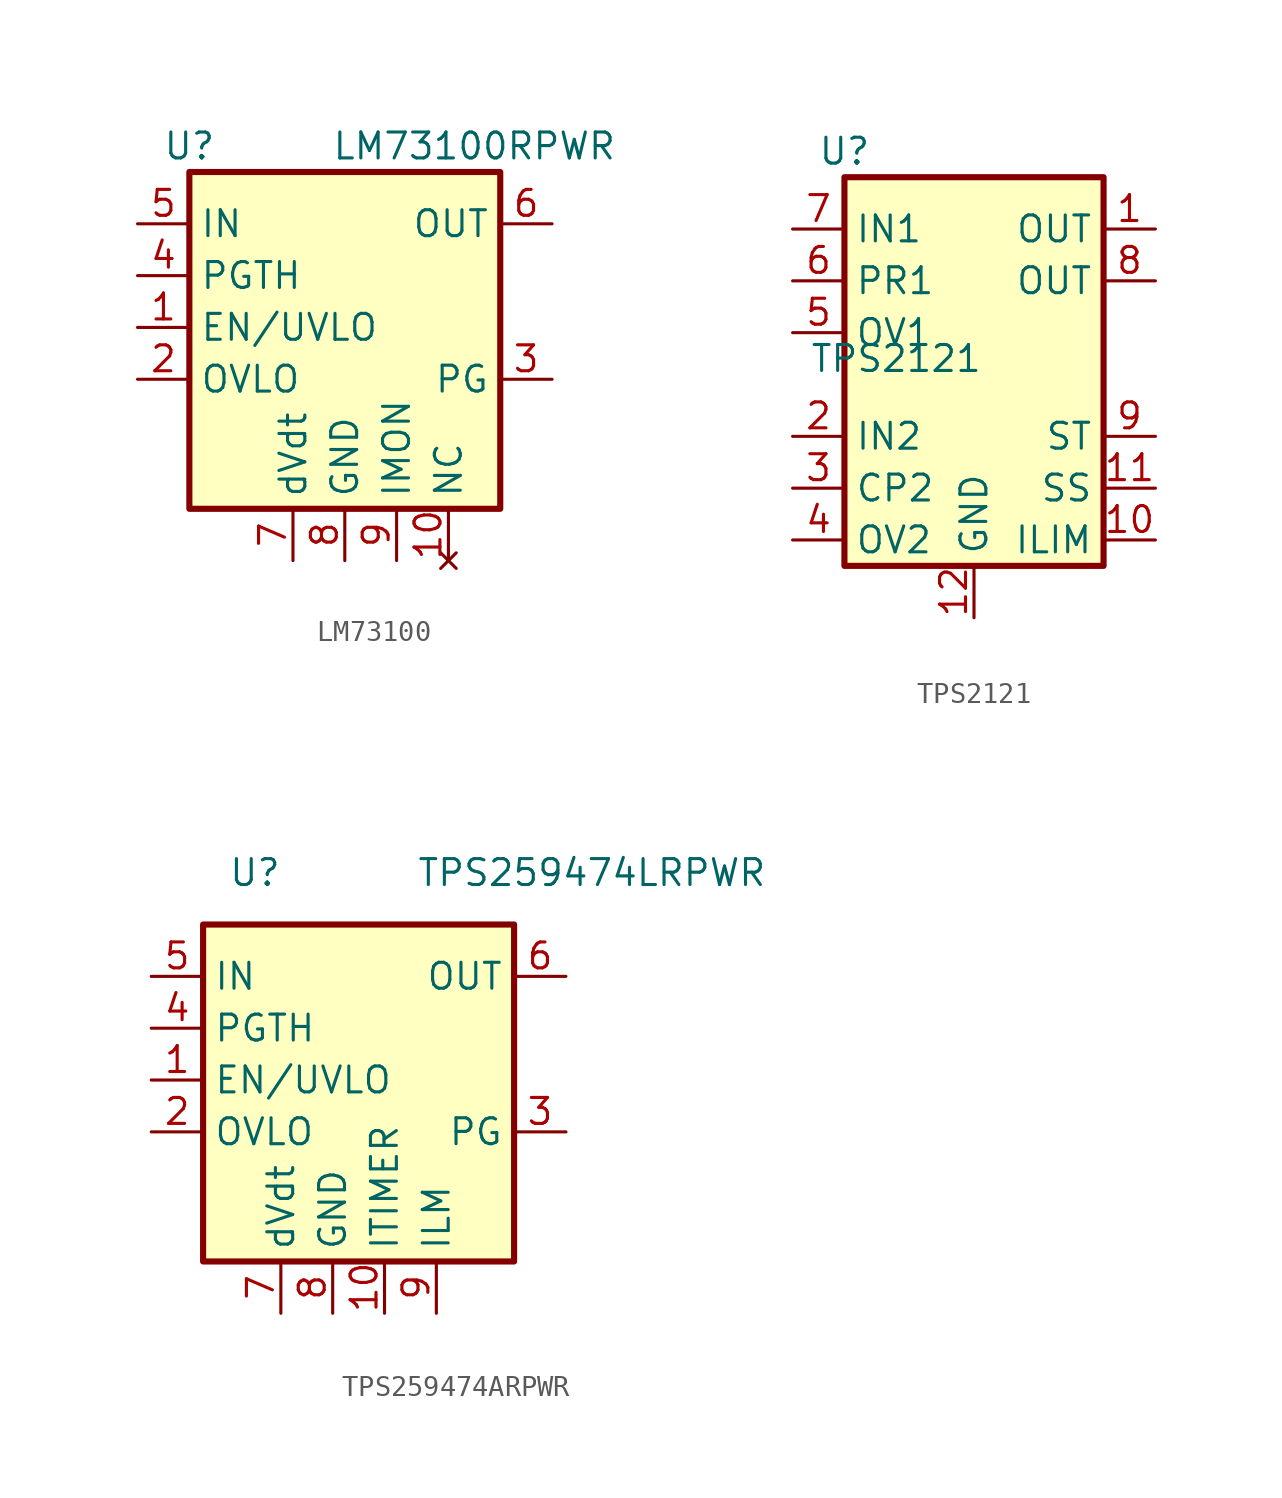
<source format=kicad_sym>
(kicad_symbol_lib
  (version 20220914)
  (generator kicad_symbol_editor)
  (symbol "LM73100"
    (property "Reference" "U"
      (at -7.62 8.89 0)
      (effects (font (size 1.27 1.27))))
    (property "Value" "LM73100RPWR"
      (at 6.35 8.89 0)
      (effects (font (size 1.27 1.27))))
    (symbol "LM73100_1_1"
      (rectangle (start -7.62 7.62) (end 7.62 -8.89) (stroke (width 0.3) (type default)) (fill (type background)))
      (pin input line (at -10.16 0 0) (length 2.54) (name "EN/UVLO" (effects (font (size 1.27 1.27)))) (number "1" (effects (font (size 1.27 1.27)))))
      (pin no_connect line (at 5.08 -11.43 90) (length 2.54) (name "NC" (effects (font (size 1.27 1.27)))) (number "10" (effects (font (size 1.27 1.27)))))
      (pin input line (at -10.16 -2.54 0) (length 2.54) (name "OVLO" (effects (font (size 1.27 1.27)))) (number "2" (effects (font (size 1.27 1.27)))))
      (pin open_collector line (at 10.16 -2.54 180) (length 2.54) (name "PG" (effects (font (size 1.27 1.27)))) (number "3" (effects (font (size 1.27 1.27)))))
      (pin input line (at -10.16 2.54 0) (length 2.54) (name "PGTH" (effects (font (size 1.27 1.27)))) (number "4" (effects (font (size 1.27 1.27)))))
      (pin power_in line (at -10.16 5.08 0) (length 2.54) (name "IN" (effects (font (size 1.27 1.27)))) (number "5" (effects (font (size 1.27 1.27)))))
      (pin power_out line (at 10.16 5.08 180) (length 2.54) (name "OUT" (effects (font (size 1.27 1.27)))) (number "6" (effects (font (size 1.27 1.27)))))
      (pin passive line (at -2.54 -11.43 90) (length 2.54) (name "dVdt" (effects (font (size 1.27 1.27)))) (number "7" (effects (font (size 1.27 1.27)))))
      (pin power_in line (at 0 -11.43 90) (length 2.54) (name "GND" (effects (font (size 1.27 1.27)))) (number "8" (effects (font (size 1.27 1.27)))))
      (pin output line (at 2.54 -11.43 90) (length 2.54) (name "IMON" (effects (font (size 1.27 1.27)))) (number "9" (effects (font (size 1.27 1.27)))))))
  (symbol "TPS2121"
    (property "Reference" "U"
      (at -6.35 11.43 0)
      (effects (font (size 1.27 1.27))))
    (property "Value" "TPS2121"
      (at -3.81 1.27 0)
      (effects (font (size 1.27 1.27))))
    (symbol "TPS2121_1_1"
      (rectangle (start -6.35 10.16) (end 6.35 -8.89) (stroke (width 0.3) (type default)) (fill (type background)))
      (pin power_out line (at 8.89 7.62 180) (length 2.54) (name "OUT" (effects (font (size 1.27 1.27)))) (number "1" (effects (font (size 1.27 1.27)))))
      (pin passive line (at 8.89 -7.62 180) (length 2.54) (name "ILIM" (effects (font (size 1.27 1.27)))) (number "10" (effects (font (size 1.27 1.27)))))
      (pin power_in line (at 8.89 -5.08 180) (length 2.54) (name "SS" (effects (font (size 1.27 1.27)))) (number "11" (effects (font (size 1.27 1.27)))))
      (pin power_in line (at 0 -11.43 90) (length 2.54) (name "GND" (effects (font (size 1.27 1.27)))) (number "12" (effects (font (size 1.27 1.27)))))
      (pin power_in line (at -8.89 -2.54 0) (length 2.54) (name "IN2" (effects (font (size 1.27 1.27)))) (number "2" (effects (font (size 1.27 1.27)))))
      (pin input line (at -8.89 -5.08 0) (length 2.54) (name "CP2" (effects (font (size 1.27 1.27)))) (number "3" (effects (font (size 1.27 1.27)))))
      (pin input line (at -8.89 -7.62 0) (length 2.54) (name "OV2" (effects (font (size 1.27 1.27)))) (number "4" (effects (font (size 1.27 1.27)))))
      (pin input line (at -8.89 2.54 0) (length 2.54) (name "OV1" (effects (font (size 1.27 1.27)))) (number "5" (effects (font (size 1.27 1.27)))))
      (pin input line (at -8.89 5.08 0) (length 2.54) (name "PR1" (effects (font (size 1.27 1.27)))) (number "6" (effects (font (size 1.27 1.27)))))
      (pin power_in line (at -8.89 7.62 0) (length 2.54) (name "IN1" (effects (font (size 1.27 1.27)))) (number "7" (effects (font (size 1.27 1.27)))))
      (pin power_out line (at 8.89 5.08 180) (length 2.54) (name "OUT" (effects (font (size 1.27 1.27)))) (number "8" (effects (font (size 1.27 1.27)))))
      (pin output line (at 8.89 -2.54 180) (length 2.54) (name "ST" (effects (font (size 1.27 1.27)))) (number "9" (effects (font (size 1.27 1.27)))))))
  (symbol "TPS259474ARPWR"
    (property "Reference" "U"
      (at -5.08 10.16 0)
      (effects (font (size 1.27 1.27))))
    (property "Value" "TPS259474LRPWR"
      (at 11.43 10.16 0)
      (effects (font (size 1.27 1.27))))
    (symbol "TPS259474ARPWR_1_1"
      (rectangle (start -7.62 7.62) (end 7.62 -8.89) (stroke (width 0.3) (type default)) (fill (type background)))
      (pin input line (at -10.16 0 0) (length 2.54) (name "EN/UVLO" (effects (font (size 1.27 1.27)))) (number "1" (effects (font (size 1.27 1.27)))))
      (pin passive line (at 1.27 -11.43 90) (length 2.54) (name "ITIMER" (effects (font (size 1.27 1.27)))) (number "10" (effects (font (size 1.27 1.27)))))
      (pin input line (at -10.16 -2.54 0) (length 2.54) (name "OVLO" (effects (font (size 1.27 1.27)))) (number "2" (effects (font (size 1.27 1.27)))))
      (pin open_collector line (at 10.16 -2.54 180) (length 2.54) (name "PG" (effects (font (size 1.27 1.27)))) (number "3" (effects (font (size 1.27 1.27)))))
      (pin input line (at -10.16 2.54 0) (length 2.54) (name "PGTH" (effects (font (size 1.27 1.27)))) (number "4" (effects (font (size 1.27 1.27)))))
      (pin power_in line (at -10.16 5.08 0) (length 2.54) (name "IN" (effects (font (size 1.27 1.27)))) (number "5" (effects (font (size 1.27 1.27)))))
      (pin power_out line (at 10.16 5.08 180) (length 2.54) (name "OUT" (effects (font (size 1.27 1.27)))) (number "6" (effects (font (size 1.27 1.27)))))
      (pin passive line (at -3.81 -11.43 90) (length 2.54) (name "dVdt" (effects (font (size 1.27 1.27)))) (number "7" (effects (font (size 1.27 1.27)))))
      (pin power_in line (at -1.27 -11.43 90) (length 2.54) (name "GND" (effects (font (size 1.27 1.27)))) (number "8" (effects (font (size 1.27 1.27)))))
      (pin output line (at 3.81 -11.43 90) (length 2.54) (name "ILM" (effects (font (size 1.27 1.27)))) (number "9" (effects (font (size 1.27 1.27))))))))
</source>
